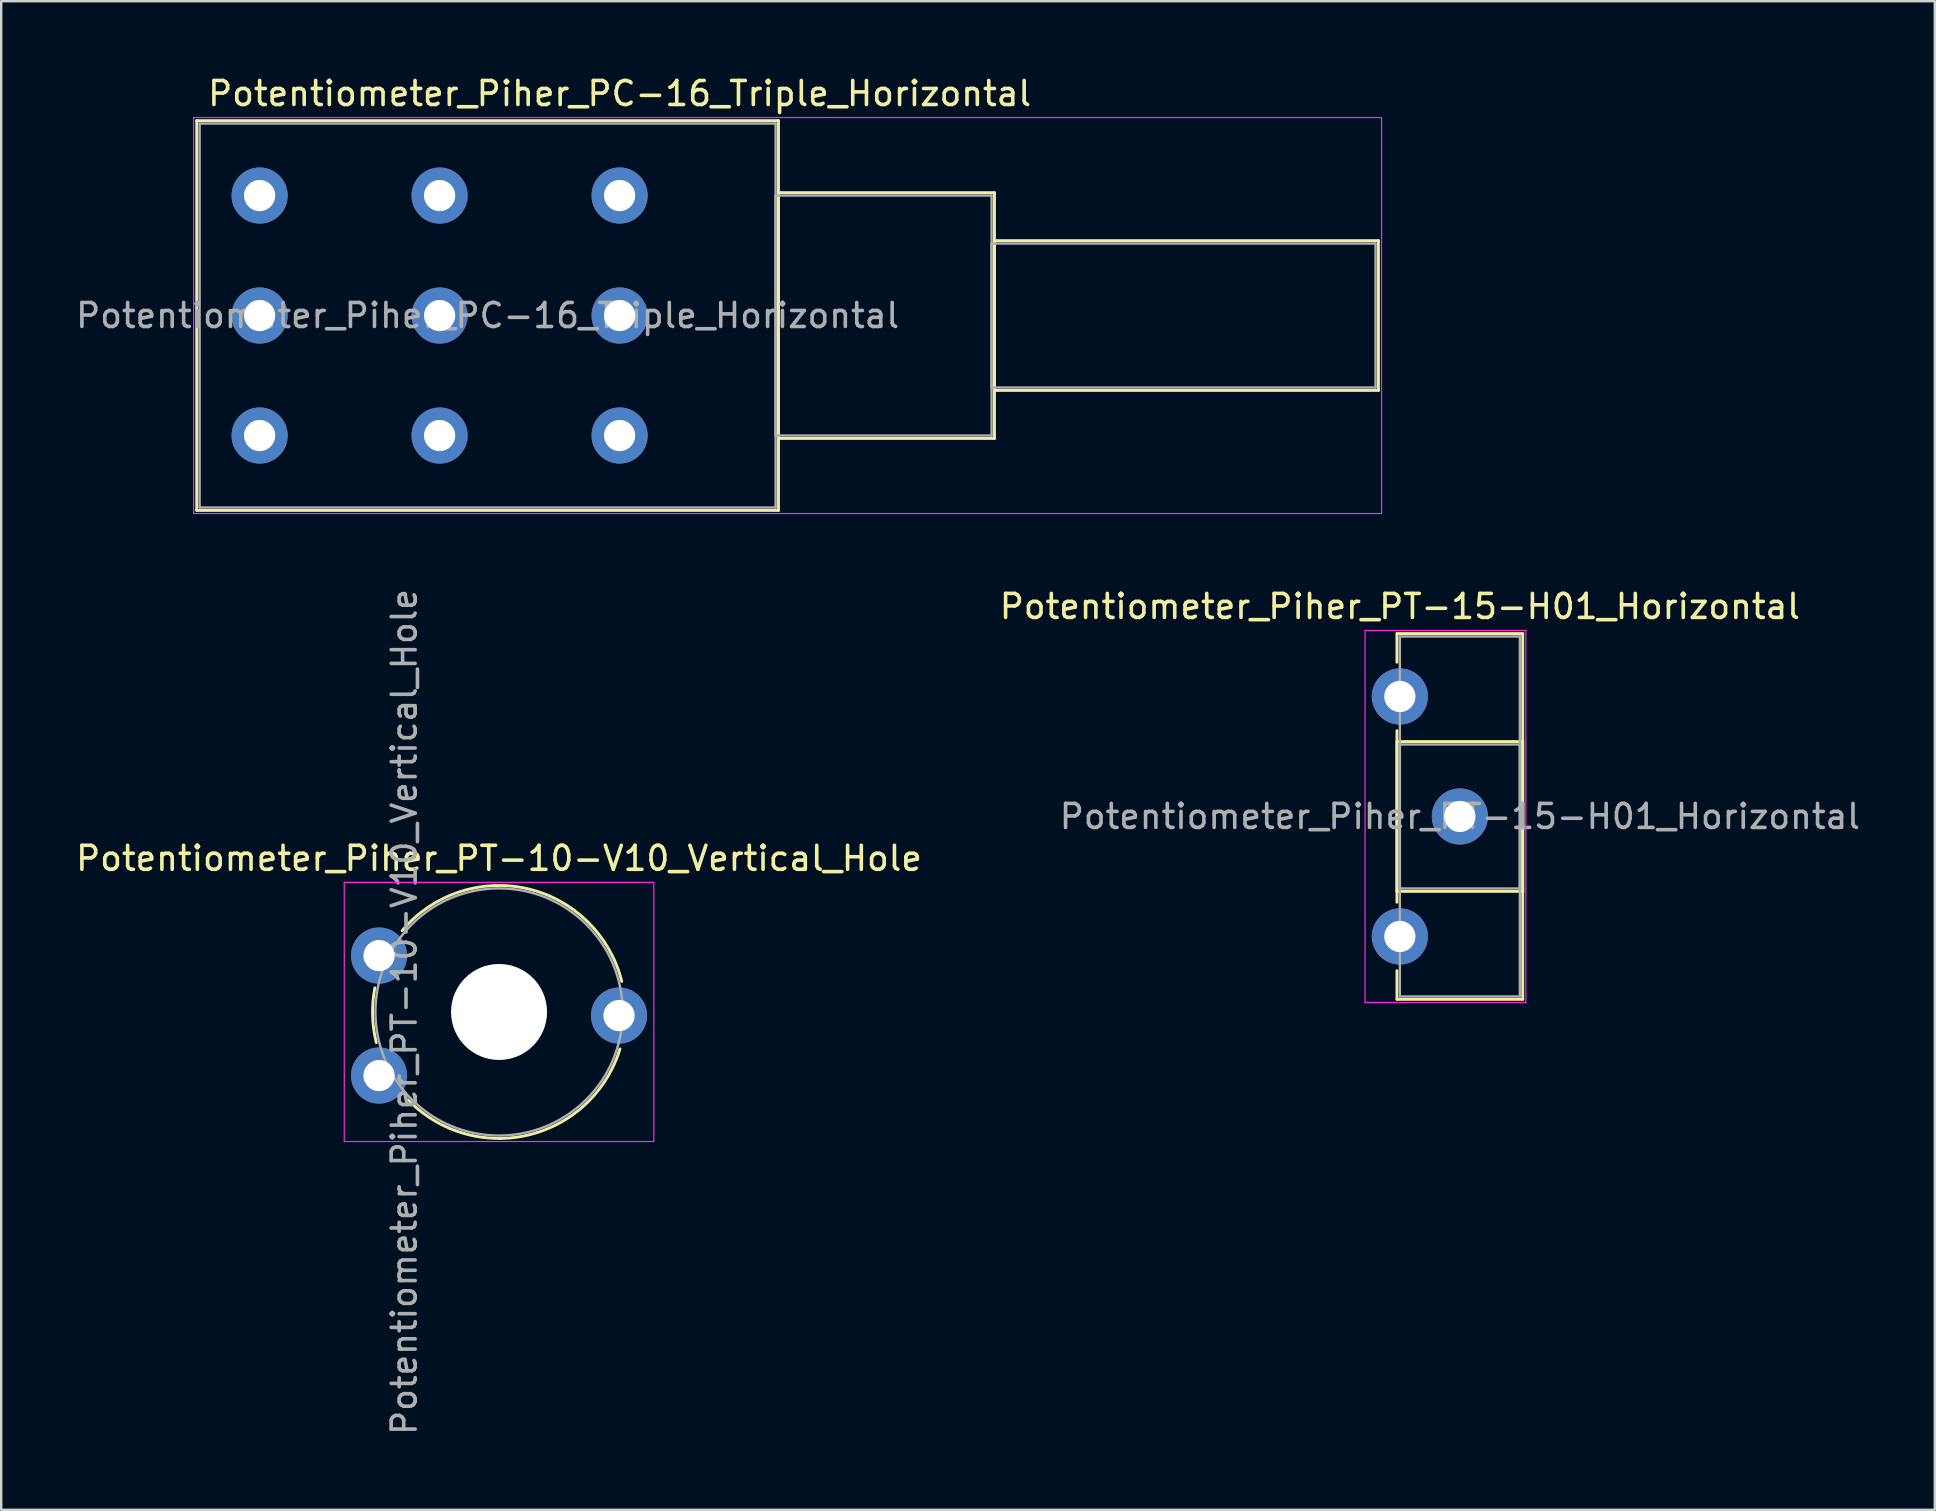
<source format=kicad_pcb>
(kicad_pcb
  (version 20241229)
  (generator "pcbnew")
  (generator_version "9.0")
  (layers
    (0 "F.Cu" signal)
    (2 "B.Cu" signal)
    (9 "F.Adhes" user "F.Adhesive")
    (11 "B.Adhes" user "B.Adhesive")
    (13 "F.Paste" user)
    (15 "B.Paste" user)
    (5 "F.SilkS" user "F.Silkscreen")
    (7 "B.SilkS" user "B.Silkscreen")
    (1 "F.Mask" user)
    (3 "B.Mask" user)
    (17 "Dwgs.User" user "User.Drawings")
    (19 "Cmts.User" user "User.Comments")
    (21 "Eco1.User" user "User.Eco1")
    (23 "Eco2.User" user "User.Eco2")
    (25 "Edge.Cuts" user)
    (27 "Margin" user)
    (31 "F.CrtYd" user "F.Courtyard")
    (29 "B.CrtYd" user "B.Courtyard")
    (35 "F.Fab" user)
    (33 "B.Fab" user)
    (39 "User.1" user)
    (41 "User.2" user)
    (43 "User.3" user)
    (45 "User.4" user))
  (footprint "Potentiometer_Piher_PT-15-H01_Horizontal"
    (layer "F.Cu")
    (at 55.28 25.971)
    (property "Reference" "Potentiometer_Piher_PT-15-H01_Horizontal" (at 0 -3.75 0) (layer "F.SilkS") (effects (font (size 1 1) (thickness 0.15))))
    (attr through_hole)
    (fp_line (start -0.121 -2.62) (end -0.121 -1.426) (stroke (width 0.12) (type solid)) (layer "F.SilkS"))
    (fp_line (start -0.121 -2.62) (end 5.12 -2.62) (stroke (width 0.12) (type solid)) (layer "F.SilkS"))
    (fp_line (start -0.121 1.426) (end -0.121 8.575) (stroke (width 0.12) (type solid)) (layer "F.SilkS"))
    (fp_line (start -0.121 1.88) (end -0.121 8.121) (stroke (width 0.12) (type solid)) (layer "F.SilkS"))
    (fp_line (start -0.121 1.88) (end 5.12 1.88) (stroke (width 0.12) (type solid)) (layer "F.SilkS"))
    (fp_line (start -0.121 8.121) (end 5.12 8.121) (stroke (width 0.12) (type solid)) (layer "F.SilkS"))
    (fp_line (start -0.121 11.425) (end -0.121 12.62) (stroke (width 0.12) (type solid)) (layer "F.SilkS"))
    (fp_line (start -0.121 12.62) (end 5.12 12.62) (stroke (width 0.12) (type solid)) (layer "F.SilkS"))
    (fp_line (start 5.12 -2.62) (end 5.12 12.62) (stroke (width 0.12) (type solid)) (layer "F.SilkS"))
    (fp_line (start 5.12 1.88) (end 5.12 8.121) (stroke (width 0.12) (type solid)) (layer "F.SilkS"))
    (fp_line (start -1.45 -2.75) (end -1.45 12.75) (stroke (width 0.05) (type solid)) (layer "F.CrtYd"))
    (fp_line (start -1.45 12.75) (end 5.25 12.75) (stroke (width 0.05) (type solid)) (layer "F.CrtYd"))
    (fp_line (start 5.25 -2.75) (end -1.45 -2.75) (stroke (width 0.05) (type solid)) (layer "F.CrtYd"))
    (fp_line (start 5.25 12.75) (end 5.25 -2.75) (stroke (width 0.05) (type solid)) (layer "F.CrtYd"))
    (fp_line (start 0 -2.5) (end 5 -2.5) (stroke (width 0.1) (type solid)) (layer "F.Fab"))
    (fp_line (start 0 2) (end 0 8) (stroke (width 0.1) (type solid)) (layer "F.Fab"))
    (fp_line (start 0 8) (end 5 8) (stroke (width 0.1) (type solid)) (layer "F.Fab"))
    (fp_line (start 0 12.5) (end 0 -2.5) (stroke (width 0.1) (type solid)) (layer "F.Fab"))
    (fp_line (start 5 -2.5) (end 5 12.5) (stroke (width 0.1) (type solid)) (layer "F.Fab"))
    (fp_line (start 5 2) (end 0 2) (stroke (width 0.1) (type solid)) (layer "F.Fab"))
    (fp_line (start 5 8) (end 5 2) (stroke (width 0.1) (type solid)) (layer "F.Fab"))
    (fp_line (start 5 12.5) (end 0 12.5) (stroke (width 0.1) (type solid)) (layer "F.Fab"))
    (fp_text user "${REFERENCE}" (at 2.5 5 0) (layer "F.Fab") (effects (font (size 1 1) (thickness 0.15))))
    (pad "1" thru_hole circle (at 0 0) (size 2.34 2.34) (drill 1.3) (layers "*.Cu" "*.Mask"))
    (pad "2" thru_hole circle (at 2.5 5) (size 2.34 2.34) (drill 1.3) (layers "*.Cu" "*.Mask"))
    (pad "3" thru_hole circle (at 0 10) (size 2.34 2.34) (drill 1.3) (layers "*.Cu" "*.Mask")))
  (footprint "Potentiometer_Piher_PC-16_Triple_Horizontal"
    (layer "F.Cu")
    (at 22.768 15.098)
    (property "Reference" "Potentiometer_Piher_PC-16_Triple_Horizontal" (at 0 -14.25 0) (layer "F.SilkS") (effects (font (size 1 1) (thickness 0.15))))
    (attr through_hole)
    (fp_line (start -17.62 -13.12) (end -17.62 3.12) (stroke (width 0.12) (type solid)) (layer "F.SilkS"))
    (fp_line (start -17.62 -13.12) (end 6.62 -13.12) (stroke (width 0.12) (type solid)) (layer "F.SilkS"))
    (fp_line (start -17.62 3.12) (end 6.62 3.12) (stroke (width 0.12) (type solid)) (layer "F.SilkS"))
    (fp_line (start 6.62 -13.12) (end 6.62 3.12) (stroke (width 0.12) (type solid)) (layer "F.SilkS"))
    (fp_line (start 6.62 -10.12) (end 6.62 0.12) (stroke (width 0.12) (type solid)) (layer "F.SilkS"))
    (fp_line (start 6.62 -10.12) (end 15.62 -10.12) (stroke (width 0.12) (type solid)) (layer "F.SilkS"))
    (fp_line (start 6.62 0.12) (end 15.62 0.12) (stroke (width 0.12) (type solid)) (layer "F.SilkS"))
    (fp_line (start 15.62 -10.12) (end 15.62 0.12) (stroke (width 0.12) (type solid)) (layer "F.SilkS"))
    (fp_line (start 15.62 -8.12) (end 15.62 -1.879) (stroke (width 0.12) (type solid)) (layer "F.SilkS"))
    (fp_line (start 15.62 -8.12) (end 31.62 -8.12) (stroke (width 0.12) (type solid)) (layer "F.SilkS"))
    (fp_line (start 15.62 -1.879) (end 31.62 -1.879) (stroke (width 0.12) (type solid)) (layer "F.SilkS"))
    (fp_line (start 31.62 -8.12) (end 31.62 -1.879) (stroke (width 0.12) (type solid)) (layer "F.SilkS"))
    (fp_line (start -17.75 -13.25) (end -17.75 3.25) (stroke (width 0.05) (type solid)) (layer "F.CrtYd"))
    (fp_line (start -17.75 3.25) (end 31.75 3.25) (stroke (width 0.05) (type solid)) (layer "F.CrtYd"))
    (fp_line (start 31.75 -13.25) (end -17.75 -13.25) (stroke (width 0.05) (type solid)) (layer "F.CrtYd"))
    (fp_line (start 31.75 3.25) (end 31.75 -13.25) (stroke (width 0.05) (type solid)) (layer "F.CrtYd"))
    (fp_line (start -17.5 -13) (end -17.5 3) (stroke (width 0.1) (type solid)) (layer "F.Fab"))
    (fp_line (start -17.5 3) (end 6.5 3) (stroke (width 0.1) (type solid)) (layer "F.Fab"))
    (fp_line (start 6.5 -13) (end -17.5 -13) (stroke (width 0.1) (type solid)) (layer "F.Fab"))
    (fp_line (start 6.5 -10) (end 6.5 0) (stroke (width 0.1) (type solid)) (layer "F.Fab"))
    (fp_line (start 6.5 0) (end 15.5 0) (stroke (width 0.1) (type solid)) (layer "F.Fab"))
    (fp_line (start 6.5 3) (end 6.5 -13) (stroke (width 0.1) (type solid)) (layer "F.Fab"))
    (fp_line (start 15.5 -10) (end 6.5 -10) (stroke (width 0.1) (type solid)) (layer "F.Fab"))
    (fp_line (start 15.5 -8) (end 15.5 -2) (stroke (width 0.1) (type solid)) (layer "F.Fab"))
    (fp_line (start 15.5 -2) (end 31.5 -2) (stroke (width 0.1) (type solid)) (layer "F.Fab"))
    (fp_line (start 15.5 0) (end 15.5 -10) (stroke (width 0.1) (type solid)) (layer "F.Fab"))
    (fp_line (start 31.5 -8) (end 15.5 -8) (stroke (width 0.1) (type solid)) (layer "F.Fab"))
    (fp_line (start 31.5 -2) (end 31.5 -8) (stroke (width 0.1) (type solid)) (layer "F.Fab"))
    (fp_text user "${REFERENCE}" (at -5.5 -5 0) (layer "F.Fab") (effects (font (size 1 1) (thickness 0.15))))
    (pad "1" thru_hole circle (at 0 0) (size 2.34 2.34) (drill 1.3) (layers "*.Cu" "*.Mask"))
    (pad "2" thru_hole circle (at 0 -5) (size 2.34 2.34) (drill 1.3) (layers "*.Cu" "*.Mask"))
    (pad "3" thru_hole circle (at 0 -10) (size 2.34 2.34) (drill 1.3) (layers "*.Cu" "*.Mask"))
    (pad "4" thru_hole circle (at -7.5 0) (size 2.34 2.34) (drill 1.3) (layers "*.Cu" "*.Mask"))
    (pad "5" thru_hole circle (at -7.5 -5) (size 2.34 2.34) (drill 1.3) (layers "*.Cu" "*.Mask"))
    (pad "6" thru_hole circle (at -7.5 -10) (size 2.34 2.34) (drill 1.3) (layers "*.Cu" "*.Mask"))
    (pad "7" thru_hole circle (at -15 0) (size 2.34 2.34) (drill 1.3) (layers "*.Cu" "*.Mask"))
    (pad "8" thru_hole circle (at -15 -5) (size 2.34 2.34) (drill 1.3) (layers "*.Cu" "*.Mask"))
    (pad "9" thru_hole circle (at -15 -10) (size 2.34 2.34) (drill 1.3) (layers "*.Cu" "*.Mask")))
  (footprint "Potentiometer_Piher_PT-10-V10_Vertical_Hole"
    (layer "F.Cu")
    (at 12.744 41.767)
    (property "Reference" "Potentiometer_Piher_PT-10-V10_Vertical_Hole" (at 5 -9.05 0) (layer "F.SilkS") (effects (font (size 1 1) (thickness 0.15))))
    (attr through_hole)
    (fp_arc (start -0.11439 -1.375119) (mid -0.269093 -2.512295) (end -0.174 -3.656) (stroke (width 0.12) (type solid)) (layer "F.SilkS"))
    (fp_arc (start 0.963379 -6.038474) (mid 6.186565 -7.784991) (end 10.114 -3.924) (stroke (width 0.12) (type solid)) (layer "F.SilkS"))
    (fp_arc (start 5.09203 2.619358) (mid 2.983245 2.219015) (end 1.209 1.011) (stroke (width 0.12) (type solid)) (layer "F.SilkS"))
    (fp_arc (start 10.039726 -1.109201) (mid 8.134716 1.586326) (end 5 2.62) (stroke (width 0.12) (type solid)) (layer "F.SilkS"))
    (fp_line (start -1.45 -8.05) (end -1.45 2.75) (stroke (width 0.05) (type solid)) (layer "F.CrtYd"))
    (fp_line (start -1.45 2.75) (end 11.45 2.75) (stroke (width 0.05) (type solid)) (layer "F.CrtYd"))
    (fp_line (start 11.45 -8.05) (end -1.45 -8.05) (stroke (width 0.05) (type solid)) (layer "F.CrtYd"))
    (fp_line (start 11.45 2.75) (end 11.45 -8.05) (stroke (width 0.05) (type solid)) (layer "F.CrtYd"))
    (fp_circle (center 5 -2.65) (end 10.15 -2.65) (stroke (width 0.1) (type solid)) (fill no) (layer "F.Fab"))
    (fp_text user "${REFERENCE}" (at 1.05 -2.65 90) (layer "F.Fab") (effects (font (size 1 1) (thickness 0.15))))
    (pad "" np_thru_hole circle (at 5 -2.65) (size 4 4) (drill 4) (layers "*.Cu" "*.Mask"))
    (pad "1" thru_hole circle (at 0 0) (size 2.34 2.34) (drill 1.3) (layers "*.Cu" "*.Mask"))
    (pad "2" thru_hole circle (at 10 -2.5) (size 2.34 2.34) (drill 1.3) (layers "*.Cu" "*.Mask"))
    (pad "3" thru_hole circle (at 0 -5) (size 2.34 2.34) (drill 1.3) (layers "*.Cu" "*.Mask")))
  (gr_rect
    (start -3 -3)
    (end 77.571 59.861)
    (stroke (width 0.1) (type default))
    (fill no)
    (layer "Edge.Cuts")))
</source>
